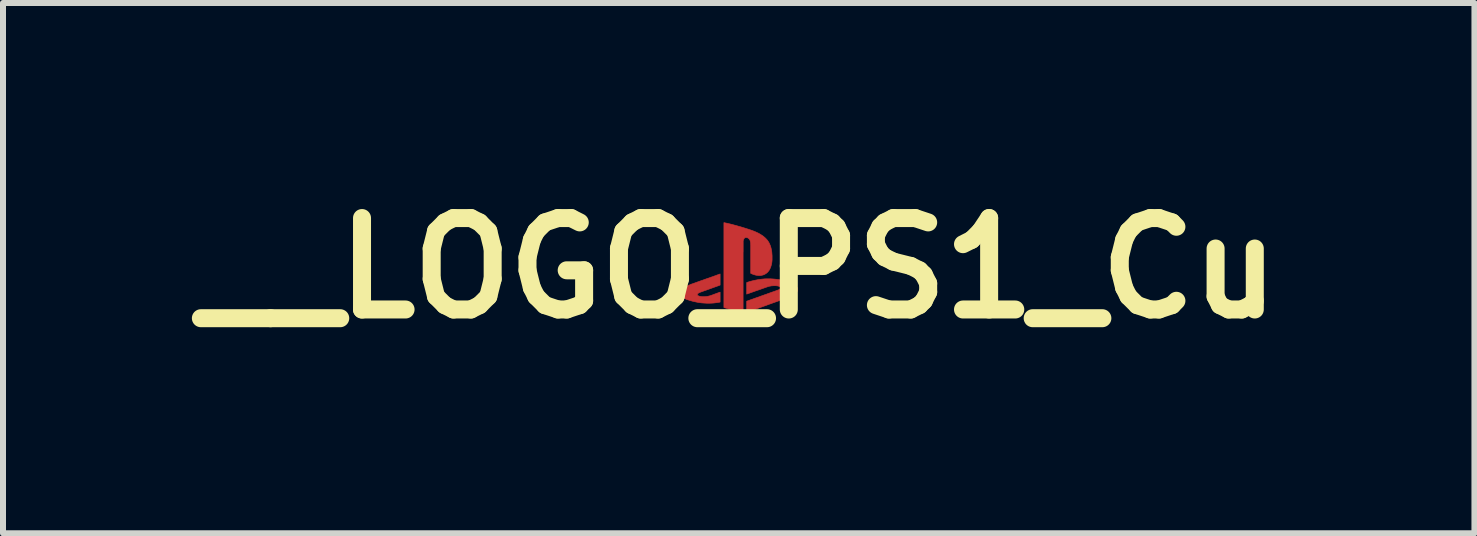
<source format=kicad_pcb>
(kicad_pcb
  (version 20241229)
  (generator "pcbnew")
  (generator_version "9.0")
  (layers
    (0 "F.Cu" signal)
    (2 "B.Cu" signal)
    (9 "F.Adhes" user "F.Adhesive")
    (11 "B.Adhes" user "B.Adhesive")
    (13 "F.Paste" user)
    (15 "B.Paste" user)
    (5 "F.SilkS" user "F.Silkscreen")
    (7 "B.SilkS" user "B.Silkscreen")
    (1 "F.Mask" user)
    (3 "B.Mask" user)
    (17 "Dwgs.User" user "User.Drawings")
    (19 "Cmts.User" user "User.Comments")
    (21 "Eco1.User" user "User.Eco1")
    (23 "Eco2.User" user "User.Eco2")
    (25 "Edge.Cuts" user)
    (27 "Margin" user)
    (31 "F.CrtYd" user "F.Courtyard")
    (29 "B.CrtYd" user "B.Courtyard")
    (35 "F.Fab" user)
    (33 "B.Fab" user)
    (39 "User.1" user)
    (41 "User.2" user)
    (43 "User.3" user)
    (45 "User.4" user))
  (footprint "__LOGO_PS1_Cu"
    (layer "F.Cu")
    (at 9.26 1.418)
    (property "Reference" "__LOGO_PS1_Cu" (at 0 0 0) (layer "F.SilkS") (effects (font (size 1.524 1.524) (thickness 0.3))))
    (attr through_hole)
    (fp_poly (pts (xy -0.31 0.19) (xy -0.31 0.202) (xy -0.31 0.214) (xy -0.31 0.225) (xy -0.31 0.235) (xy -0.31 0.245) (xy -0.31 0.253) (xy -0.31 0.261) (xy -0.31 0.268) (xy -0.31 0.274) (xy -0.31 0.278) (xy -0.31 0.281) (xy -0.31 0.283) (xy -0.31 0.283) (xy -0.311 0.283) (xy -0.313 0.284) (xy -0.316 0.285) (xy -0.321 0.287) (xy -0.327 0.289) (xy -0.334 0.292) (xy -0.342 0.295) (xy -0.352 0.298) (xy -0.362 0.302) (xy -0.373 0.306) (xy -0.385 0.31) (xy -0.397 0.314) (xy -0.41 0.319) (xy -0.424 0.324) (xy -0.438 0.329) (xy -0.452 0.334) (xy -0.454 0.335) (xy -0.469 0.34) (xy -0.484 0.346) (xy -0.499 0.351) (xy -0.513 0.356) (xy -0.527 0.361) (xy -0.54 0.366) (xy -0.552 0.37) (xy -0.564 0.374) (xy -0.575 0.378) (xy -0.585 0.382) (xy -0.595 0.385) (xy -0.603 0.388) (xy -0.61 0.391) (xy -0.615 0.393) (xy -0.62 0.394) (xy -0.622 0.395) (xy -0.631 0.398) (xy -0.639 0.401) (xy -0.645 0.404) (xy -0.651 0.406) (xy -0.656 0.408) (xy -0.66 0.41) (xy -0.663 0.412) (xy -0.667 0.414) (xy -0.668 0.414) (xy -0.675 0.419) (xy -0.68 0.424) (xy -0.685 0.428) (xy -0.688 0.433) (xy -0.689 0.438) (xy -0.69 0.442) (xy -0.688 0.447) (xy -0.686 0.452) (xy -0.681 0.456) (xy -0.676 0.46) (xy -0.669 0.463) (xy -0.661 0.466) (xy -0.652 0.469) (xy -0.642 0.471) (xy -0.631 0.473) (xy -0.619 0.475) (xy -0.606 0.476) (xy -0.592 0.476) (xy -0.579 0.476) (xy -0.56 0.475) (xy -0.541 0.473) (xy -0.522 0.471) (xy -0.504 0.467) (xy -0.487 0.463) (xy -0.477 0.46) (xy -0.476 0.46) (xy -0.472 0.459) (xy -0.468 0.457) (xy -0.462 0.455) (xy -0.456 0.453) (xy -0.448 0.45) (xy -0.439 0.447) (xy -0.43 0.444) (xy -0.42 0.44) (xy -0.41 0.436) (xy -0.399 0.432) (xy -0.39 0.429) (xy -0.379 0.425) (xy -0.369 0.421) (xy -0.359 0.418) (xy -0.35 0.414) (xy -0.341 0.411) (xy -0.334 0.409) (xy -0.327 0.406) (xy -0.321 0.404) (xy -0.316 0.402) (xy -0.313 0.401) (xy -0.311 0.4) (xy -0.31 0.4) (xy -0.31 0.401) (xy -0.31 0.403) (xy -0.31 0.407) (xy -0.31 0.412) (xy -0.31 0.418) (xy -0.31 0.425) (xy -0.31 0.433) (xy -0.31 0.442) (xy -0.31 0.452) (xy -0.31 0.462) (xy -0.31 0.473) (xy -0.31 0.483) (xy -0.31 0.566) (xy -0.332 0.57) (xy -0.352 0.573) (xy -0.37 0.576) (xy -0.388 0.578) (xy -0.405 0.58) (xy -0.422 0.582) (xy -0.44 0.583) (xy -0.458 0.584) (xy -0.465 0.584) (xy -0.47 0.584) (xy -0.477 0.585) (xy -0.484 0.585) (xy -0.492 0.585) (xy -0.501 0.585) (xy -0.509 0.585) (xy -0.518 0.585) (xy -0.525 0.585) (xy -0.532 0.585) (xy -0.538 0.585) (xy -0.541 0.584) (xy -0.581 0.582) (xy -0.621 0.579) (xy -0.66 0.574) (xy -0.698 0.567) (xy -0.736 0.559) (xy -0.774 0.55) (xy -0.811 0.539) (xy -0.822 0.536) (xy -0.832 0.533) (xy -0.84 0.53) (xy -0.848 0.528) (xy -0.854 0.526) (xy -0.86 0.524) (xy -0.866 0.522) (xy -0.871 0.52) (xy -0.876 0.518) (xy -0.88 0.516) (xy -0.885 0.514) (xy -0.885 0.514) (xy -0.9 0.507) (xy -0.914 0.5) (xy -0.926 0.492) (xy -0.938 0.484) (xy -0.948 0.475) (xy -0.957 0.466) (xy -0.965 0.456) (xy -0.971 0.447) (xy -0.975 0.44) (xy -0.977 0.434) (xy -0.979 0.429) (xy -0.98 0.424) (xy -0.981 0.419) (xy -0.981 0.412) (xy -0.981 0.409) (xy -0.981 0.404) (xy -0.981 0.401) (xy -0.981 0.398) (xy -0.981 0.395) (xy -0.98 0.393) (xy -0.979 0.391) (xy -0.978 0.387) (xy -0.976 0.383) (xy -0.975 0.379) (xy -0.975 0.379) (xy -0.971 0.372) (xy -0.966 0.365) (xy -0.96 0.359) (xy -0.953 0.352) (xy -0.945 0.345) (xy -0.935 0.338) (xy -0.925 0.331) (xy -0.913 0.324) (xy -0.899 0.316) (xy -0.884 0.309) (xy -0.883 0.308) (xy -0.87 0.302) (xy -0.857 0.296) (xy -0.844 0.29) (xy -0.83 0.284) (xy -0.815 0.278) (xy -0.8 0.271) (xy -0.783 0.265) (xy -0.764 0.259) (xy -0.76 0.257) (xy -0.756 0.256) (xy -0.751 0.254) (xy -0.745 0.252) (xy -0.737 0.249) (xy -0.728 0.246) (xy -0.718 0.242) (xy -0.707 0.238) (xy -0.695 0.234) (xy -0.682 0.229) (xy -0.669 0.225) (xy -0.654 0.219) (xy -0.639 0.214) (xy -0.623 0.208) (xy -0.607 0.203) (xy -0.59 0.197) (xy -0.573 0.19) (xy -0.555 0.184) (xy -0.537 0.178) (xy -0.519 0.171) (xy -0.518 0.171) (xy -0.31 0.097) (xy -0.31 0.19)) (stroke (width 0.01) (type solid)) (fill yes) (layer "F.Cu"))
    (fp_poly (pts (xy 0.511 0.178) (xy 0.521 0.178) (xy 0.529 0.178) (xy 0.537 0.178) (xy 0.539 0.179) (xy 0.574 0.181) (xy 0.608 0.184) (xy 0.643 0.188) (xy 0.676 0.193) (xy 0.708 0.199) (xy 0.74 0.206) (xy 0.77 0.214) (xy 0.8 0.223) (xy 0.808 0.226) (xy 0.82 0.23) (xy 0.831 0.234) (xy 0.841 0.238) (xy 0.85 0.241) (xy 0.858 0.243) (xy 0.865 0.246) (xy 0.871 0.248) (xy 0.877 0.251) (xy 0.882 0.253) (xy 0.887 0.255) (xy 0.892 0.257) (xy 0.897 0.26) (xy 0.9 0.261) (xy 0.911 0.267) (xy 0.921 0.273) (xy 0.93 0.278) (xy 0.938 0.284) (xy 0.945 0.29) (xy 0.953 0.297) (xy 0.955 0.299) (xy 0.963 0.308) (xy 0.97 0.316) (xy 0.975 0.325) (xy 0.979 0.334) (xy 0.981 0.342) (xy 0.982 0.351) (xy 0.982 0.36) (xy 0.981 0.368) (xy 0.98 0.376) (xy 0.977 0.383) (xy 0.973 0.391) (xy 0.969 0.396) (xy 0.964 0.404) (xy 0.956 0.412) (xy 0.948 0.42) (xy 0.938 0.428) (xy 0.927 0.437) (xy 0.915 0.445) (xy 0.902 0.453) (xy 0.888 0.46) (xy 0.874 0.468) (xy 0.859 0.475) (xy 0.843 0.481) (xy 0.839 0.483) (xy 0.837 0.483) (xy 0.835 0.484) (xy 0.831 0.486) (xy 0.826 0.488) (xy 0.819 0.49) (xy 0.811 0.493) (xy 0.802 0.496) (xy 0.792 0.5) (xy 0.781 0.504) (xy 0.769 0.508) (xy 0.756 0.513) (xy 0.742 0.518) (xy 0.728 0.523) (xy 0.712 0.529) (xy 0.696 0.534) (xy 0.68 0.54) (xy 0.662 0.547) (xy 0.645 0.553) (xy 0.626 0.56) (xy 0.608 0.566) (xy 0.589 0.573) (xy 0.569 0.58) (xy 0.55 0.587) (xy 0.53 0.594) (xy 0.51 0.601) (xy 0.49 0.608) (xy 0.47 0.616) (xy 0.451 0.623) (xy 0.431 0.63) (xy 0.411 0.637) (xy 0.392 0.644) (xy 0.373 0.651) (xy 0.354 0.657) (xy 0.336 0.664) (xy 0.318 0.67) (xy 0.301 0.677) (xy 0.284 0.683) (xy 0.268 0.688) (xy 0.252 0.694) (xy 0.237 0.699) (xy 0.223 0.704) (xy 0.21 0.709) (xy 0.198 0.713) (xy 0.187 0.717) (xy 0.177 0.721) (xy 0.167 0.724) (xy 0.159 0.727) (xy 0.153 0.73) (xy 0.147 0.732) (xy 0.143 0.733) (xy 0.14 0.734) (xy 0.139 0.735) (xy 0.133 0.737) (xy 0.133 0.551) (xy 0.203 0.526) (xy 0.221 0.52) (xy 0.24 0.513) (xy 0.26 0.506) (xy 0.279 0.499) (xy 0.299 0.492) (xy 0.32 0.485) (xy 0.34 0.478) (xy 0.36 0.47) (xy 0.38 0.463) (xy 0.4 0.456) (xy 0.42 0.449) (xy 0.439 0.442) (xy 0.458 0.436) (xy 0.476 0.429) (xy 0.493 0.423) (xy 0.51 0.417) (xy 0.525 0.411) (xy 0.54 0.406) (xy 0.553 0.401) (xy 0.566 0.397) (xy 0.577 0.393) (xy 0.587 0.39) (xy 0.589 0.389) (xy 0.599 0.385) (xy 0.608 0.382) (xy 0.618 0.379) (xy 0.626 0.375) (xy 0.634 0.372) (xy 0.642 0.37) (xy 0.648 0.367) (xy 0.654 0.365) (xy 0.658 0.364) (xy 0.661 0.362) (xy 0.662 0.362) (xy 0.671 0.358) (xy 0.679 0.353) (xy 0.686 0.348) (xy 0.691 0.343) (xy 0.695 0.338) (xy 0.697 0.333) (xy 0.698 0.328) (xy 0.698 0.324) (xy 0.696 0.32) (xy 0.692 0.315) (xy 0.687 0.311) (xy 0.681 0.307) (xy 0.672 0.304) (xy 0.663 0.3) (xy 0.652 0.298) (xy 0.639 0.295) (xy 0.634 0.295) (xy 0.629 0.294) (xy 0.623 0.294) (xy 0.616 0.293) (xy 0.607 0.293) (xy 0.599 0.293) (xy 0.59 0.293) (xy 0.581 0.293) (xy 0.573 0.294) (xy 0.565 0.294) (xy 0.558 0.295) (xy 0.552 0.295) (xy 0.537 0.297) (xy 0.523 0.3) (xy 0.509 0.302) (xy 0.501 0.304) (xy 0.5 0.305) (xy 0.499 0.305) (xy 0.497 0.305) (xy 0.496 0.306) (xy 0.494 0.306) (xy 0.493 0.307) (xy 0.49 0.307) (xy 0.488 0.308) (xy 0.485 0.309) (xy 0.482 0.31) (xy 0.479 0.311) (xy 0.475 0.313) (xy 0.47 0.314) (xy 0.465 0.316) (xy 0.459 0.318) (xy 0.453 0.32) (xy 0.445 0.323) (xy 0.437 0.326) (xy 0.428 0.329) (xy 0.419 0.332) (xy 0.408 0.336) (xy 0.396 0.34) (xy 0.383 0.345) (xy 0.369 0.35) (xy 0.354 0.355) (xy 0.338 0.361) (xy 0.321 0.367) (xy 0.302 0.373) (xy 0.282 0.38) (xy 0.26 0.388) (xy 0.237 0.396) (xy 0.234 0.397) (xy 0.223 0.401) (xy 0.212 0.405) (xy 0.201 0.409) (xy 0.191 0.412) (xy 0.182 0.416) (xy 0.173 0.419) (xy 0.165 0.421) (xy 0.158 0.424) (xy 0.152 0.426) (xy 0.148 0.428) (xy 0.144 0.429) (xy 0.142 0.429) (xy 0.142 0.429) (xy 0.133 0.433) (xy 0.133 0.24) (xy 0.157 0.232) (xy 0.164 0.23) (xy 0.17 0.228) (xy 0.177 0.226) (xy 0.183 0.224) (xy 0.189 0.222) (xy 0.193 0.221) (xy 0.193 0.221) (xy 0.224 0.213) (xy 0.255 0.206) (xy 0.287 0.199) (xy 0.319 0.193) (xy 0.351 0.188) (xy 0.382 0.184) (xy 0.413 0.181) (xy 0.427 0.18) (xy 0.433 0.179) (xy 0.441 0.179) (xy 0.45 0.179) (xy 0.46 0.178) (xy 0.47 0.178) (xy 0.48 0.178) (xy 0.491 0.178) (xy 0.501 0.178) (xy 0.511 0.178)) (stroke (width 0.01) (type solid)) (fill yes) (layer "F.Cu"))
    (fp_poly (pts (xy -0.246 -0.758) (xy -0.243 -0.757) (xy -0.239 -0.757) (xy -0.235 -0.756) (xy -0.229 -0.755) (xy -0.223 -0.753) (xy -0.216 -0.752) (xy -0.21 -0.751) (xy -0.203 -0.749) (xy -0.196 -0.748) (xy -0.19 -0.746) (xy -0.187 -0.746) (xy -0.166 -0.741) (xy -0.144 -0.736) (xy -0.121 -0.73) (xy -0.097 -0.724) (xy -0.072 -0.717) (xy -0.046 -0.71) (xy -0.02 -0.703) (xy 0.006 -0.695) (xy 0.033 -0.688) (xy 0.059 -0.68) (xy 0.085 -0.672) (xy 0.111 -0.664) (xy 0.136 -0.656) (xy 0.161 -0.648) (xy 0.184 -0.64) (xy 0.188 -0.639) (xy 0.218 -0.629) (xy 0.247 -0.618) (xy 0.274 -0.607) (xy 0.3 -0.595) (xy 0.324 -0.584) (xy 0.346 -0.572) (xy 0.368 -0.559) (xy 0.388 -0.546) (xy 0.407 -0.533) (xy 0.424 -0.519) (xy 0.44 -0.505) (xy 0.455 -0.49) (xy 0.469 -0.475) (xy 0.482 -0.459) (xy 0.493 -0.442) (xy 0.504 -0.425) (xy 0.513 -0.406) (xy 0.521 -0.388) (xy 0.529 -0.368) (xy 0.535 -0.348) (xy 0.541 -0.326) (xy 0.545 -0.304) (xy 0.549 -0.284) (xy 0.551 -0.271) (xy 0.552 -0.258) (xy 0.553 -0.246) (xy 0.554 -0.233) (xy 0.555 -0.22) (xy 0.556 -0.205) (xy 0.556 -0.19) (xy 0.556 -0.174) (xy 0.556 -0.171) (xy 0.556 -0.161) (xy 0.556 -0.151) (xy 0.556 -0.143) (xy 0.556 -0.135) (xy 0.555 -0.129) (xy 0.555 -0.122) (xy 0.554 -0.116) (xy 0.554 -0.11) (xy 0.553 -0.103) (xy 0.552 -0.096) (xy 0.552 -0.094) (xy 0.548 -0.072) (xy 0.543 -0.051) (xy 0.537 -0.031) (xy 0.531 -0.012) (xy 0.523 0.006) (xy 0.514 0.023) (xy 0.505 0.039) (xy 0.494 0.053) (xy 0.483 0.066) (xy 0.47 0.078) (xy 0.457 0.088) (xy 0.443 0.097) (xy 0.431 0.104) (xy 0.415 0.111) (xy 0.399 0.116) (xy 0.382 0.12) (xy 0.364 0.123) (xy 0.346 0.124) (xy 0.328 0.123) (xy 0.309 0.121) (xy 0.289 0.118) (xy 0.269 0.113) (xy 0.249 0.107) (xy 0.228 0.099) (xy 0.21 0.092) (xy 0.2 0.087) (xy 0.2 -0.153) (xy 0.2 -0.18) (xy 0.2 -0.205) (xy 0.2 -0.228) (xy 0.2 -0.25) (xy 0.2 -0.271) (xy 0.2 -0.29) (xy 0.2 -0.308) (xy 0.2 -0.325) (xy 0.2 -0.34) (xy 0.2 -0.353) (xy 0.2 -0.365) (xy 0.2 -0.376) (xy 0.2 -0.385) (xy 0.199 -0.393) (xy 0.199 -0.399) (xy 0.199 -0.403) (xy 0.199 -0.406) (xy 0.199 -0.407) (xy 0.198 -0.422) (xy 0.196 -0.435) (xy 0.193 -0.447) (xy 0.19 -0.458) (xy 0.186 -0.467) (xy 0.182 -0.476) (xy 0.176 -0.483) (xy 0.17 -0.49) (xy 0.169 -0.491) (xy 0.162 -0.496) (xy 0.155 -0.501) (xy 0.147 -0.505) (xy 0.139 -0.508) (xy 0.131 -0.51) (xy 0.123 -0.51) (xy 0.116 -0.51) (xy 0.111 -0.509) (xy 0.104 -0.506) (xy 0.097 -0.501) (xy 0.092 -0.496) (xy 0.087 -0.488) (xy 0.082 -0.48) (xy 0.078 -0.469) (xy 0.075 -0.458) (xy 0.075 -0.455) (xy 0.075 -0.455) (xy 0.075 -0.454) (xy 0.075 -0.453) (xy 0.075 -0.452) (xy 0.074 -0.451) (xy 0.074 -0.45) (xy 0.074 -0.448) (xy 0.074 -0.445) (xy 0.074 -0.443) (xy 0.074 -0.44) (xy 0.074 -0.436) (xy 0.074 -0.433) (xy 0.074 -0.428) (xy 0.074 -0.423) (xy 0.074 -0.418) (xy 0.074 -0.411) (xy 0.074 -0.404) (xy 0.074 -0.397) (xy 0.074 -0.389) (xy 0.074 -0.38) (xy 0.074 -0.37) (xy 0.074 -0.359) (xy 0.074 -0.348) (xy 0.074 -0.336) (xy 0.074 -0.322) (xy 0.074 -0.308) (xy 0.074 -0.293) (xy 0.074 -0.277) (xy 0.073 -0.26) (xy 0.073 -0.241) (xy 0.073 -0.222) (xy 0.073 -0.201) (xy 0.073 -0.18) (xy 0.073 -0.157) (xy 0.073 -0.133) (xy 0.073 -0.107) (xy 0.073 -0.08) (xy 0.073 -0.052) (xy 0.073 -0.023) (xy 0.073 0.008) (xy 0.073 0.041) (xy 0.073 0.075) (xy 0.073 0.11) (xy 0.073 0.147) (xy 0.073 0.155) (xy 0.073 0.185) (xy 0.073 0.216) (xy 0.073 0.246) (xy 0.073 0.276) (xy 0.073 0.305) (xy 0.073 0.333) (xy 0.073 0.361) (xy 0.073 0.389) (xy 0.073 0.415) (xy 0.073 0.441) (xy 0.073 0.467) (xy 0.073 0.491) (xy 0.073 0.515) (xy 0.073 0.537) (xy 0.073 0.559) (xy 0.073 0.58) (xy 0.073 0.6) (xy 0.073 0.619) (xy 0.073 0.637) (xy 0.073 0.654) (xy 0.073 0.67) (xy 0.073 0.685) (xy 0.073 0.698) (xy 0.073 0.71) (xy 0.073 0.721) (xy 0.073 0.73) (xy 0.073 0.739) (xy 0.073 0.745) (xy 0.073 0.751) (xy 0.072 0.755) (xy 0.072 0.757) (xy 0.072 0.758) (xy 0.072 0.758) (xy 0.072 0.758) (xy 0.069 0.757) (xy 0.066 0.756) (xy 0.061 0.754) (xy 0.055 0.752) (xy 0.047 0.75) (xy 0.039 0.747) (xy 0.03 0.744) (xy 0.019 0.741) (xy 0.008 0.738) (xy -0.004 0.734) (xy -0.017 0.73) (xy -0.031 0.725) (xy -0.045 0.721) (xy -0.059 0.716) (xy -0.074 0.712) (xy -0.088 0.707) (xy -0.247 0.657) (xy -0.247 -0.051) (xy -0.247 -0.094) (xy -0.247 -0.137) (xy -0.247 -0.177) (xy -0.247 -0.216) (xy -0.247 -0.254) (xy -0.247 -0.29) (xy -0.247 -0.325) (xy -0.247 -0.358) (xy -0.247 -0.389) (xy -0.247 -0.42) (xy -0.247 -0.449) (xy -0.247 -0.476) (xy -0.247 -0.502) (xy -0.247 -0.527) (xy -0.247 -0.55) (xy -0.247 -0.572) (xy -0.247 -0.593) (xy -0.247 -0.612) (xy -0.247 -0.63) (xy -0.247 -0.647) (xy -0.247 -0.662) (xy -0.247 -0.677) (xy -0.247 -0.69) (xy -0.247 -0.702) (xy -0.247 -0.712) (xy -0.247 -0.722) (xy -0.247 -0.73) (xy -0.247 -0.737) (xy -0.247 -0.744) (xy -0.247 -0.749) (xy -0.247 -0.753) (xy -0.247 -0.755) (xy -0.247 -0.757) (xy -0.247 -0.758) (xy -0.247 -0.758) (xy -0.246 -0.758)) (stroke (width 0.01) (type solid)) (fill yes) (layer "F.Cu")))
  (gr_rect
    (start -3 -3)
    (end 21.52 5.836)
    (stroke (width 0.1) (type default))
    (fill no)
    (layer "Edge.Cuts")))
</source>
